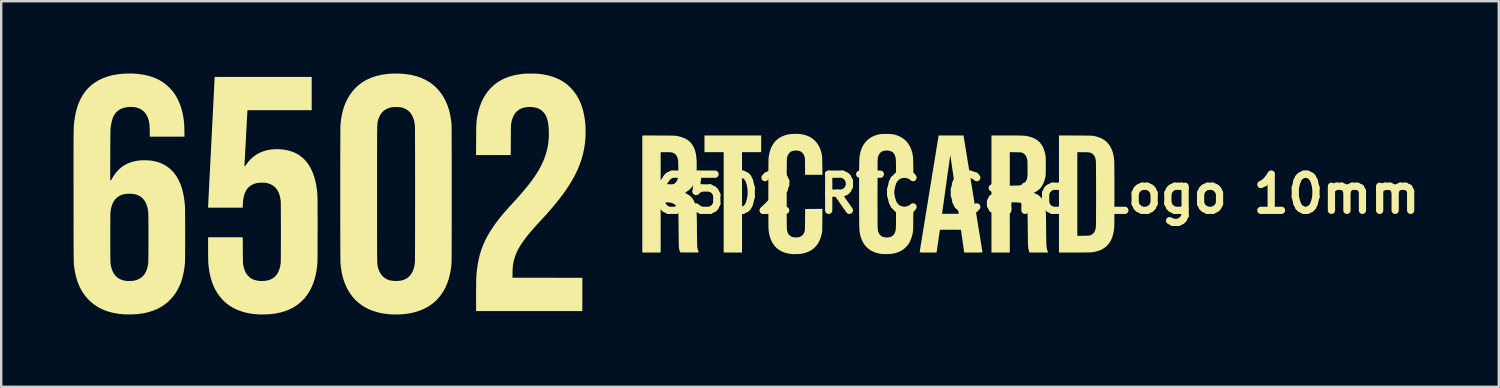
<source format=kicad_pcb>
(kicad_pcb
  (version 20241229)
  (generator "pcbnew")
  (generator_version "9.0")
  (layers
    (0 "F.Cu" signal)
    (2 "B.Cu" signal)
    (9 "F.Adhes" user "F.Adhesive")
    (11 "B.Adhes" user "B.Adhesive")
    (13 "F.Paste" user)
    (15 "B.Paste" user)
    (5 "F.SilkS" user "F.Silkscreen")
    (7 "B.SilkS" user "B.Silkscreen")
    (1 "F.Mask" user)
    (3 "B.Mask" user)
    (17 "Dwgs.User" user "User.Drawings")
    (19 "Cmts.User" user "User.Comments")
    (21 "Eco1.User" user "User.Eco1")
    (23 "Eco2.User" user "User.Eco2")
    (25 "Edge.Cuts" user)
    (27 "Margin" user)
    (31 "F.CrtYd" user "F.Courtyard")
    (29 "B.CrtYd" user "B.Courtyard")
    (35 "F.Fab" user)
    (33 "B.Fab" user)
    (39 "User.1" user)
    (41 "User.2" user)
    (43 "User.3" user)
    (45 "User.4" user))
  (footprint "6502 RTC Card Logo 10mm"
    (layer "F.Cu")
    (at 39.973 4.998)
    (property "Reference" "6502 RTC Card Logo 10mm" (at 0 0 0) (layer "F.SilkS") (effects (font (size 1.5 1.5) (thickness 0.3))))
    (attr board_only exclude_from_pos_files exclude_from_bom)
    (fp_poly (pts (xy -11.444 -2.081) (xy -11.444 -1.735) (xy -11.841 -1.735) (xy -12.239 -1.735) (xy -12.239 0.347) (xy -12.239 2.428) (xy -12.62 2.428) (xy -13 2.428) (xy -13 0.347) (xy -13 -1.735) (xy -13.398 -1.735) (xy -13.796 -1.735) (xy -13.796 -2.081) (xy -13.796 -2.428) (xy -12.62 -2.428) (xy -11.444 -2.428)) (stroke (width 0) (type solid)) (fill yes) (layer "F.SilkS"))
    (fp_poly (pts (xy 1.597 -2.426) (xy 1.723 -2.425) (xy 1.834 -2.425) (xy 1.93 -2.424) (xy 2.013 -2.423) (xy 2.083 -2.422) (xy 2.143 -2.421) (xy 2.193 -2.42) (xy 2.234 -2.419) (xy 2.267 -2.418) (xy 2.294 -2.416) (xy 2.317 -2.414) (xy 2.335 -2.412) (xy 2.351 -2.409) (xy 2.356 -2.408) (xy 2.489 -2.376) (xy 2.608 -2.336) (xy 2.713 -2.286) (xy 2.807 -2.227) (xy 2.89 -2.157) (xy 2.963 -2.077) (xy 2.978 -2.058) (xy 3.042 -1.961) (xy 3.096 -1.856) (xy 3.138 -1.742) (xy 3.17 -1.617) (xy 3.193 -1.479) (xy 3.202 -1.379) (xy 3.204 -1.355) (xy 3.205 -1.315) (xy 3.206 -1.26) (xy 3.207 -1.192) (xy 3.207 -1.112) (xy 3.208 -1.021) (xy 3.209 -0.92) (xy 3.209 -0.81) (xy 3.21 -0.693) (xy 3.21 -0.57) (xy 3.211 -0.441) (xy 3.211 -0.309) (xy 3.211 -0.174) (xy 3.211 -0.038) (xy 3.211 0.099) (xy 3.211 0.235) (xy 3.211 0.369) (xy 3.21 0.5) (xy 3.21 0.626) (xy 3.21 0.746) (xy 3.209 0.86) (xy 3.208 0.966) (xy 3.208 1.063) (xy 3.207 1.149) (xy 3.206 1.224) (xy 3.205 1.286) (xy 3.204 1.335) (xy 3.203 1.368) (xy 3.202 1.379) (xy 3.185 1.534) (xy 3.156 1.676) (xy 3.116 1.806) (xy 3.064 1.924) (xy 3.001 2.029) (xy 2.926 2.121) (xy 2.839 2.202) (xy 2.741 2.27) (xy 2.632 2.326) (xy 2.51 2.37) (xy 2.377 2.402) (xy 2.286 2.416) (xy 2.263 2.418) (xy 2.236 2.42) (xy 2.203 2.422) (xy 2.165 2.424) (xy 2.119 2.425) (xy 2.063 2.426) (xy 1.998 2.427) (xy 1.922 2.427) (xy 1.832 2.428) (xy 1.729 2.428) (xy 1.611 2.428) (xy 1.547 2.428) (xy 0.91 2.428) (xy 0.91 0.00047) (xy 1.671 0.00047) (xy 1.671 1.735) (xy 1.919 1.733) (xy 1.993 1.731) (xy 2.053 1.73) (xy 2.1 1.729) (xy 2.136 1.727) (xy 2.164 1.724) (xy 2.186 1.721) (xy 2.203 1.717) (xy 2.21 1.715) (xy 2.259 1.692) (xy 2.309 1.658) (xy 2.351 1.618) (xy 2.369 1.596) (xy 2.397 1.546) (xy 2.419 1.482) (xy 2.435 1.408) (xy 2.441 1.366) (xy 2.442 1.347) (xy 2.443 1.312) (xy 2.444 1.262) (xy 2.445 1.199) (xy 2.446 1.124) (xy 2.447 1.037) (xy 2.447 0.941) (xy 2.448 0.835) (xy 2.448 0.722) (xy 2.449 0.603) (xy 2.449 0.478) (xy 2.449 0.349) (xy 2.45 0.217) (xy 2.45 0.083) (xy 2.45 -0.052) (xy 2.45 -0.186) (xy 2.449 -0.319) (xy 2.449 -0.449) (xy 2.449 -0.575) (xy 2.448 -0.696) (xy 2.448 -0.81) (xy 2.447 -0.918) (xy 2.446 -1.016) (xy 2.446 -1.105) (xy 2.445 -1.184) (xy 2.444 -1.25) (xy 2.443 -1.303) (xy 2.442 -1.342) (xy 2.441 -1.365) (xy 2.44 -1.368) (xy 2.426 -1.454) (xy 2.405 -1.526) (xy 2.375 -1.586) (xy 2.336 -1.635) (xy 2.293 -1.671) (xy 2.266 -1.689) (xy 2.24 -1.702) (xy 2.212 -1.713) (xy 2.18 -1.721) (xy 2.141 -1.727) (xy 2.094 -1.731) (xy 2.036 -1.733) (xy 1.966 -1.734) (xy 1.902 -1.735) (xy 1.671 -1.735) (xy 1.671 0.00047) (xy 0.91 0.00047) (xy 0.91 -0.000456) (xy 0.91 -2.429)) (stroke (width 0) (type solid)) (fill yes) (layer "F.SilkS"))
    (fp_poly (pts (xy -9.945 -2.494) (xy -9.87 -2.49) (xy -9.809 -2.484) (xy -9.678 -2.46) (xy -9.561 -2.426) (xy -9.454 -2.382) (xy -9.356 -2.325) (xy -9.267 -2.257) (xy -9.196 -2.189) (xy -9.127 -2.108) (xy -9.068 -2.021) (xy -9.019 -1.926) (xy -8.978 -1.82) (xy -8.944 -1.701) (xy -8.933 -1.655) (xy -8.928 -1.63) (xy -8.924 -1.608) (xy -8.92 -1.586) (xy -8.917 -1.562) (xy -8.915 -1.535) (xy -8.913 -1.504) (xy -8.912 -1.465) (xy -8.91 -1.417) (xy -8.91 -1.358) (xy -8.909 -1.287) (xy -8.908 -1.201) (xy -8.907 -1.174) (xy -8.904 -0.795) (xy -9.264 -0.795) (xy -9.624 -0.795) (xy -9.624 -1.125) (xy -9.625 -1.215) (xy -9.625 -1.296) (xy -9.627 -1.365) (xy -9.628 -1.422) (xy -9.63 -1.465) (xy -9.632 -1.492) (xy -9.634 -1.499) (xy -9.657 -1.583) (xy -9.69 -1.652) (xy -9.733 -1.709) (xy -9.786 -1.751) (xy -9.85 -1.781) (xy -9.925 -1.799) (xy -9.999 -1.803) (xy -10.077 -1.799) (xy -10.143 -1.786) (xy -10.2 -1.763) (xy -10.249 -1.729) (xy -10.282 -1.697) (xy -10.322 -1.642) (xy -10.353 -1.573) (xy -10.373 -1.493) (xy -10.377 -1.468) (xy -10.378 -1.452) (xy -10.379 -1.419) (xy -10.38 -1.37) (xy -10.381 -1.306) (xy -10.382 -1.227) (xy -10.383 -1.134) (xy -10.384 -1.027) (xy -10.384 -0.906) (xy -10.385 -0.773) (xy -10.385 -0.627) (xy -10.385 -0.47) (xy -10.386 -0.301) (xy -10.386 -0.121) (xy -10.386 0.005) (xy -10.386 0.19) (xy -10.386 0.358) (xy -10.386 0.51) (xy -10.386 0.649) (xy -10.385 0.773) (xy -10.385 0.884) (xy -10.385 0.983) (xy -10.384 1.071) (xy -10.384 1.147) (xy -10.383 1.214) (xy -10.383 1.271) (xy -10.382 1.321) (xy -10.381 1.362) (xy -10.38 1.396) (xy -10.379 1.425) (xy -10.378 1.448) (xy -10.376 1.466) (xy -10.375 1.48) (xy -10.373 1.492) (xy -10.373 1.493) (xy -10.353 1.576) (xy -10.322 1.646) (xy -10.282 1.703) (xy -10.231 1.746) (xy -10.169 1.777) (xy -10.095 1.796) (xy -10.009 1.803) (xy -10 1.803) (xy -9.916 1.797) (xy -9.844 1.78) (xy -9.782 1.751) (xy -9.731 1.709) (xy -9.724 1.702) (xy -9.702 1.676) (xy -9.685 1.65) (xy -9.67 1.62) (xy -9.654 1.58) (xy -9.648 1.565) (xy -9.644 1.552) (xy -9.64 1.54) (xy -9.637 1.527) (xy -9.635 1.511) (xy -9.633 1.491) (xy -9.631 1.465) (xy -9.63 1.432) (xy -9.628 1.39) (xy -9.627 1.338) (xy -9.627 1.274) (xy -9.626 1.197) (xy -9.625 1.105) (xy -9.624 1.066) (xy -9.62 0.622) (xy -9.262 0.62) (xy -8.904 0.617) (xy -8.907 1.085) (xy -8.911 1.553) (xy -8.933 1.655) (xy -8.969 1.791) (xy -9.015 1.914) (xy -9.071 2.025) (xy -9.138 2.124) (xy -9.216 2.213) (xy -9.307 2.291) (xy -9.311 2.295) (xy -9.39 2.346) (xy -9.481 2.392) (xy -9.582 2.431) (xy -9.689 2.462) (xy -9.798 2.483) (xy -9.802 2.483) (xy -9.84 2.487) (xy -9.89 2.49) (xy -9.947 2.493) (xy -10.008 2.494) (xy -10.068 2.495) (xy -10.123 2.494) (xy -10.168 2.493) (xy -10.196 2.49) (xy -10.338 2.467) (xy -10.468 2.432) (xy -10.586 2.385) (xy -10.693 2.326) (xy -10.787 2.256) (xy -10.852 2.193) (xy -10.929 2.098) (xy -10.994 1.995) (xy -11.047 1.882) (xy -11.089 1.759) (xy -11.119 1.624) (xy -11.139 1.482) (xy -11.14 1.462) (xy -11.141 1.426) (xy -11.142 1.375) (xy -11.143 1.311) (xy -11.144 1.235) (xy -11.144 1.147) (xy -11.145 1.048) (xy -11.146 0.941) (xy -11.146 0.826) (xy -11.147 0.703) (xy -11.147 0.575) (xy -11.147 0.443) (xy -11.147 0.306) (xy -11.148 0.168) (xy -11.148 0.028) (xy -11.148 -0.113) (xy -11.147 -0.252) (xy -11.147 -0.39) (xy -11.147 -0.524) (xy -11.147 -0.654) (xy -11.146 -0.778) (xy -11.146 -0.897) (xy -11.145 -1.007) (xy -11.145 -1.109) (xy -11.144 -1.201) (xy -11.143 -1.283) (xy -11.142 -1.352) (xy -11.141 -1.408) (xy -11.14 -1.45) (xy -11.139 -1.476) (xy -11.139 -1.482) (xy -11.117 -1.634) (xy -11.084 -1.774) (xy -11.039 -1.902) (xy -10.982 -2.017) (xy -10.914 -2.121) (xy -10.834 -2.212) (xy -10.743 -2.291) (xy -10.64 -2.357) (xy -10.525 -2.411) (xy -10.399 -2.453) (xy -10.322 -2.471) (xy -10.262 -2.481) (xy -10.189 -2.488) (xy -10.109 -2.493) (xy -10.026 -2.495)) (stroke (width 0) (type solid)) (fill yes) (layer "F.SilkS"))
    (fp_poly (pts (xy -15.702 -2.426) (xy -15.576 -2.426) (xy -15.467 -2.425) (xy -15.372 -2.424) (xy -15.29 -2.424) (xy -15.221 -2.423) (xy -15.162 -2.422) (xy -15.113 -2.421) (xy -15.072 -2.419) (xy -15.038 -2.418) (xy -15.011 -2.416) (xy -14.988 -2.414) (xy -14.969 -2.412) (xy -14.952 -2.409) (xy -14.946 -2.409) (xy -14.811 -2.378) (xy -14.689 -2.339) (xy -14.58 -2.291) (xy -14.486 -2.235) (xy -14.406 -2.169) (xy -14.358 -2.118) (xy -14.306 -2.05) (xy -14.261 -1.977) (xy -14.223 -1.899) (xy -14.191 -1.814) (xy -14.165 -1.721) (xy -14.146 -1.619) (xy -14.132 -1.505) (xy -14.123 -1.38) (xy -14.119 -1.241) (xy -14.12 -1.087) (xy -14.12 -1.053) (xy -14.124 -0.942) (xy -14.13 -0.845) (xy -14.138 -0.76) (xy -14.149 -0.685) (xy -14.164 -0.616) (xy -14.182 -0.551) (xy -14.204 -0.489) (xy -14.211 -0.471) (xy -14.259 -0.373) (xy -14.321 -0.282) (xy -14.395 -0.202) (xy -14.478 -0.133) (xy -14.57 -0.078) (xy -14.585 -0.071) (xy -14.608 -0.058) (xy -14.615 -0.048) (xy -14.606 -0.039) (xy -14.593 -0.033) (xy -14.498 0.011) (xy -14.416 0.063) (xy -14.346 0.124) (xy -14.288 0.195) (xy -14.239 0.277) (xy -14.199 0.373) (xy -14.173 0.459) (xy -14.164 0.494) (xy -14.157 0.523) (xy -14.151 0.55) (xy -14.146 0.578) (xy -14.141 0.612) (xy -14.135 0.656) (xy -14.129 0.698) (xy -14.127 0.72) (xy -14.124 0.747) (xy -14.122 0.779) (xy -14.12 0.818) (xy -14.119 0.864) (xy -14.117 0.92) (xy -14.115 0.985) (xy -14.114 1.062) (xy -14.113 1.151) (xy -14.111 1.254) (xy -14.11 1.371) (xy -14.109 1.493) (xy -14.108 1.621) (xy -14.106 1.733) (xy -14.105 1.83) (xy -14.104 1.913) (xy -14.103 1.984) (xy -14.102 2.044) (xy -14.1 2.094) (xy -14.099 2.135) (xy -14.097 2.168) (xy -14.096 2.195) (xy -14.094 2.216) (xy -14.091 2.232) (xy -14.089 2.246) (xy -14.088 2.248) (xy -14.071 2.312) (xy -14.05 2.377) (xy -14.037 2.414) (xy -14.036 2.417) (xy -14.038 2.42) (xy -14.044 2.422) (xy -14.056 2.424) (xy -14.074 2.425) (xy -14.101 2.426) (xy -14.138 2.427) (xy -14.185 2.427) (xy -14.245 2.427) (xy -14.32 2.427) (xy -14.409 2.426) (xy -14.418 2.426) (xy -14.806 2.424) (xy -14.822 2.373) (xy -14.829 2.35) (xy -14.835 2.328) (xy -14.841 2.308) (xy -14.846 2.288) (xy -14.85 2.266) (xy -14.853 2.241) (xy -14.856 2.213) (xy -14.859 2.179) (xy -14.861 2.139) (xy -14.863 2.092) (xy -14.864 2.036) (xy -14.865 1.97) (xy -14.866 1.892) (xy -14.867 1.802) (xy -14.868 1.698) (xy -14.869 1.58) (xy -14.87 1.502) (xy -14.871 1.372) (xy -14.872 1.258) (xy -14.874 1.159) (xy -14.875 1.073) (xy -14.876 0.999) (xy -14.877 0.937) (xy -14.878 0.885) (xy -14.88 0.841) (xy -14.881 0.806) (xy -14.883 0.777) (xy -14.885 0.754) (xy -14.887 0.735) (xy -14.89 0.719) (xy -14.89 0.717) (xy -14.91 0.632) (xy -14.934 0.562) (xy -14.964 0.504) (xy -15.003 0.458) (xy -15.05 0.42) (xy -15.109 0.389) (xy -15.158 0.371) (xy -15.178 0.365) (xy -15.198 0.36) (xy -15.221 0.357) (xy -15.251 0.354) (xy -15.289 0.352) (xy -15.338 0.351) (xy -15.401 0.349) (xy -15.414 0.349) (xy -15.615 0.345) (xy -15.615 1.387) (xy -15.615 2.428) (xy -15.996 2.428) (xy -16.376 2.428) (xy -16.376 -0.000463) (xy -16.376 -1.04) (xy -15.615 -1.04) (xy -15.615 -0.345) (xy -15.414 -0.349) (xy -15.345 -0.351) (xy -15.29 -0.353) (xy -15.248 -0.355) (xy -15.215 -0.358) (xy -15.19 -0.362) (xy -15.17 -0.367) (xy -15.166 -0.368) (xy -15.09 -0.399) (xy -15.027 -0.44) (xy -14.976 -0.491) (xy -14.937 -0.555) (xy -14.908 -0.632) (xy -14.898 -0.668) (xy -14.894 -0.698) (xy -14.89 -0.742) (xy -14.887 -0.797) (xy -14.885 -0.862) (xy -14.883 -0.933) (xy -14.882 -1.008) (xy -14.882 -1.085) (xy -14.883 -1.161) (xy -14.885 -1.233) (xy -14.887 -1.298) (xy -14.89 -1.355) (xy -14.893 -1.401) (xy -14.898 -1.432) (xy -14.898 -1.433) (xy -14.921 -1.514) (xy -14.953 -1.582) (xy -14.994 -1.638) (xy -15.043 -1.679) (xy -15.064 -1.692) (xy -15.091 -1.704) (xy -15.118 -1.714) (xy -15.147 -1.722) (xy -15.181 -1.727) (xy -15.223 -1.731) (xy -15.275 -1.733) (xy -15.339 -1.734) (xy -15.405 -1.735) (xy -15.615 -1.735) (xy -15.615 -1.04) (xy -16.376 -1.04) (xy -16.376 -2.429)) (stroke (width 0) (type solid)) (fill yes) (layer "F.SilkS"))
    (fp_poly (pts (xy -3.047 -2.405) (xy -3.045 -2.394) (xy -3.04 -2.367) (xy -3.033 -2.325) (xy -3.024 -2.269) (xy -3.013 -2.199) (xy -2.999 -2.117) (xy -2.984 -2.023) (xy -2.967 -1.919) (xy -2.948 -1.804) (xy -2.928 -1.679) (xy -2.906 -1.546) (xy -2.883 -1.406) (xy -2.859 -1.258) (xy -2.834 -1.105) (xy -2.808 -0.946) (xy -2.782 -0.782) (xy -2.755 -0.615) (xy -2.727 -0.445) (xy -2.699 -0.273) (xy -2.671 -0.099) (xy -2.643 0.075) (xy -2.614 0.248) (xy -2.586 0.421) (xy -2.559 0.591) (xy -2.531 0.759) (xy -2.505 0.924) (xy -2.479 1.084) (xy -2.454 1.238) (xy -2.43 1.387) (xy -2.407 1.529) (xy -2.385 1.664) (xy -2.364 1.79) (xy -2.345 1.907) (xy -2.328 2.014) (xy -2.313 2.11) (xy -2.299 2.195) (xy -2.287 2.267) (xy -2.278 2.326) (xy -2.271 2.372) (xy -2.266 2.402) (xy -2.263 2.416) (xy -2.263 2.418) (xy -2.267 2.42) (xy -2.278 2.423) (xy -2.298 2.424) (xy -2.327 2.426) (xy -2.368 2.427) (xy -2.422 2.428) (xy -2.489 2.428) (xy -2.571 2.428) (xy -2.642 2.428) (xy -3.021 2.428) (xy -3.089 1.957) (xy -3.157 1.485) (xy -3.594 1.483) (xy -3.701 1.482) (xy -3.794 1.482) (xy -3.872 1.483) (xy -3.935 1.483) (xy -3.983 1.485) (xy -4.015 1.486) (xy -4.03 1.488) (xy -4.032 1.489) (xy -4.033 1.499) (xy -4.036 1.523) (xy -4.042 1.562) (xy -4.049 1.613) (xy -4.058 1.674) (xy -4.068 1.744) (xy -4.079 1.822) (xy -4.091 1.906) (xy -4.099 1.96) (xy -4.112 2.047) (xy -4.124 2.128) (xy -4.135 2.203) (xy -4.144 2.269) (xy -4.153 2.326) (xy -4.159 2.371) (xy -4.164 2.404) (xy -4.167 2.422) (xy -4.167 2.426) (xy -4.175 2.426) (xy -4.199 2.427) (xy -4.235 2.427) (xy -4.284 2.428) (xy -4.342 2.428) (xy -4.408 2.428) (xy -4.481 2.428) (xy -4.518 2.428) (xy -4.606 2.428) (xy -4.678 2.428) (xy -4.736 2.428) (xy -4.782 2.427) (xy -4.816 2.426) (xy -4.841 2.424) (xy -4.857 2.422) (xy -4.866 2.42) (xy -4.869 2.417) (xy -4.869 2.416) (xy -4.868 2.405) (xy -4.864 2.379) (xy -4.858 2.342) (xy -4.851 2.294) (xy -4.842 2.238) (xy -4.832 2.177) (xy -4.831 2.169) (xy -4.826 2.14) (xy -4.819 2.094) (xy -4.809 2.034) (xy -4.797 1.959) (xy -4.782 1.871) (xy -4.766 1.771) (xy -4.748 1.658) (xy -4.728 1.534) (xy -4.706 1.4) (xy -4.682 1.256) (xy -4.658 1.104) (xy -4.632 0.944) (xy -4.612 0.821) (xy -3.94 0.821) (xy -3.597 0.821) (xy -3.253 0.821) (xy -3.254 0.802) (xy -3.255 0.79) (xy -3.258 0.762) (xy -3.264 0.72) (xy -3.271 0.665) (xy -3.281 0.599) (xy -3.291 0.521) (xy -3.303 0.434) (xy -3.317 0.339) (xy -3.331 0.236) (xy -3.347 0.127) (xy -3.363 0.013) (xy -3.38 -0.105) (xy -3.397 -0.225) (xy -3.414 -0.347) (xy -3.432 -0.47) (xy -3.449 -0.591) (xy -3.466 -0.711) (xy -3.483 -0.828) (xy -3.499 -0.94) (xy -3.515 -1.047) (xy -3.53 -1.148) (xy -3.543 -1.241) (xy -3.555 -1.325) (xy -3.566 -1.399) (xy -3.576 -1.462) (xy -3.583 -1.512) (xy -3.589 -1.549) (xy -3.593 -1.572) (xy -3.594 -1.579) (xy -3.603 -1.582) (xy -3.603 -1.582) (xy -3.605 -1.573) (xy -3.609 -1.548) (xy -3.614 -1.509) (xy -3.622 -1.456) (xy -3.632 -1.39) (xy -3.643 -1.312) (xy -3.655 -1.222) (xy -3.669 -1.123) (xy -3.684 -1.015) (xy -3.701 -0.898) (xy -3.718 -0.774) (xy -3.736 -0.644) (xy -3.755 -0.508) (xy -3.769 -0.406) (xy -3.788 -0.267) (xy -3.807 -0.132) (xy -3.825 -0.002) (xy -3.842 0.121) (xy -3.858 0.237) (xy -3.873 0.345) (xy -3.887 0.444) (xy -3.899 0.532) (xy -3.91 0.609) (xy -3.919 0.674) (xy -3.926 0.726) (xy -3.931 0.764) (xy -3.935 0.787) (xy -3.936 0.793) (xy -3.94 0.821) (xy -4.612 0.821) (xy -4.604 0.777) (xy -4.576 0.603) (xy -4.547 0.424) (xy -4.517 0.24) (xy -4.487 0.053) (xy -4.456 -0.138) (xy -4.442 -0.224) (xy -4.411 -0.413) (xy -4.381 -0.598) (xy -4.352 -0.778) (xy -4.323 -0.952) (xy -4.296 -1.12) (xy -4.27 -1.28) (xy -4.245 -1.433) (xy -4.221 -1.578) (xy -4.199 -1.713) (xy -4.179 -1.838) (xy -4.16 -1.953) (xy -4.143 -2.056) (xy -4.128 -2.148) (xy -4.115 -2.227) (xy -4.105 -2.292) (xy -4.096 -2.343) (xy -4.09 -2.379) (xy -4.087 -2.4) (xy -4.086 -2.405) (xy -4.081 -2.428) (xy -3.566 -2.428) (xy -3.052 -2.428)) (stroke (width 0) (type solid)) (fill yes) (layer "F.SilkS"))
    (fp_poly (pts (xy -1.131 -2.428) (xy -1.015 -2.428) (xy -0.913 -2.428) (xy -0.824 -2.427) (xy -0.746 -2.426) (xy -0.679 -2.424) (xy -0.621 -2.422) (xy -0.57 -2.419) (xy -0.525 -2.416) (xy -0.486 -2.412) (xy -0.45 -2.407) (xy -0.416 -2.401) (xy -0.383 -2.394) (xy -0.35 -2.387) (xy -0.329 -2.382) (xy -0.207 -2.345) (xy -0.098 -2.298) (xy -0.002 -2.24) (xy 0.083 -2.17) (xy 0.156 -2.089) (xy 0.219 -1.996) (xy 0.27 -1.89) (xy 0.312 -1.771) (xy 0.344 -1.638) (xy 0.345 -1.634) (xy 0.35 -1.609) (xy 0.353 -1.586) (xy 0.356 -1.562) (xy 0.359 -1.536) (xy 0.361 -1.506) (xy 0.362 -1.47) (xy 0.363 -1.426) (xy 0.363 -1.371) (xy 0.364 -1.305) (xy 0.364 -1.225) (xy 0.364 -1.168) (xy 0.364 -1.076) (xy 0.363 -1) (xy 0.363 -0.937) (xy 0.362 -0.885) (xy 0.361 -0.842) (xy 0.359 -0.808) (xy 0.357 -0.779) (xy 0.354 -0.754) (xy 0.351 -0.731) (xy 0.348 -0.715) (xy 0.318 -0.587) (xy 0.278 -0.471) (xy 0.228 -0.368) (xy 0.168 -0.278) (xy 0.099 -0.201) (xy 0.098 -0.201) (xy 0.061 -0.169) (xy 0.017 -0.137) (xy -0.03 -0.106) (xy -0.073 -0.082) (xy -0.096 -0.071) (xy -0.117 -0.061) (xy -0.128 -0.052) (xy -0.129 -0.049) (xy -0.12 -0.042) (xy -0.1 -0.032) (xy -0.072 -0.02) (xy -0.067 -0.018) (xy 0.021 0.025) (xy 0.101 0.082) (xy 0.17 0.15) (xy 0.207 0.199) (xy 0.236 0.247) (xy 0.264 0.308) (xy 0.291 0.376) (xy 0.314 0.448) (xy 0.321 0.472) (xy 0.329 0.504) (xy 0.336 0.535) (xy 0.343 0.564) (xy 0.348 0.595) (xy 0.353 0.627) (xy 0.357 0.663) (xy 0.361 0.703) (xy 0.364 0.748) (xy 0.366 0.801) (xy 0.368 0.862) (xy 0.37 0.933) (xy 0.372 1.015) (xy 0.373 1.109) (xy 0.374 1.216) (xy 0.376 1.338) (xy 0.377 1.434) (xy 0.378 1.568) (xy 0.379 1.686) (xy 0.381 1.79) (xy 0.382 1.88) (xy 0.384 1.959) (xy 0.386 2.026) (xy 0.388 2.084) (xy 0.391 2.134) (xy 0.394 2.176) (xy 0.398 2.213) (xy 0.403 2.244) (xy 0.408 2.272) (xy 0.415 2.298) (xy 0.422 2.323) (xy 0.43 2.348) (xy 0.439 2.373) (xy 0.459 2.428) (xy 0.072 2.428) (xy -0.315 2.428) (xy -0.334 2.363) (xy -0.341 2.338) (xy -0.348 2.314) (xy -0.354 2.291) (xy -0.359 2.266) (xy -0.363 2.24) (xy -0.366 2.209) (xy -0.37 2.174) (xy -0.372 2.134) (xy -0.375 2.086) (xy -0.376 2.03) (xy -0.378 1.964) (xy -0.379 1.887) (xy -0.381 1.799) (xy -0.382 1.697) (xy -0.383 1.581) (xy -0.385 1.449) (xy -0.385 1.447) (xy -0.386 1.317) (xy -0.387 1.204) (xy -0.388 1.105) (xy -0.389 1.019) (xy -0.391 0.945) (xy -0.392 0.882) (xy -0.394 0.829) (xy -0.396 0.784) (xy -0.398 0.747) (xy -0.401 0.716) (xy -0.405 0.69) (xy -0.409 0.667) (xy -0.413 0.647) (xy -0.419 0.629) (xy -0.425 0.61) (xy -0.432 0.59) (xy -0.436 0.581) (xy -0.456 0.538) (xy -0.484 0.493) (xy -0.516 0.454) (xy -0.532 0.438) (xy -0.562 0.417) (xy -0.604 0.396) (xy -0.651 0.378) (xy -0.699 0.364) (xy -0.721 0.359) (xy -0.759 0.354) (xy -0.812 0.351) (xy -0.877 0.348) (xy -0.952 0.347) (xy -0.958 0.347) (xy -1.13 0.347) (xy -1.13 1.388) (xy -1.13 2.428) (xy -1.51 2.428) (xy -1.891 2.428) (xy -1.891 0) (xy -1.891 -1.04) (xy -1.13 -1.04) (xy -1.13 -0.345) (xy -0.924 -0.349) (xy -0.857 -0.35) (xy -0.805 -0.352) (xy -0.764 -0.354) (xy -0.732 -0.356) (xy -0.707 -0.36) (xy -0.687 -0.364) (xy -0.668 -0.37) (xy -0.667 -0.37) (xy -0.592 -0.402) (xy -0.531 -0.444) (xy -0.481 -0.498) (xy -0.444 -0.561) (xy -0.432 -0.589) (xy -0.422 -0.617) (xy -0.413 -0.646) (xy -0.407 -0.678) (xy -0.402 -0.715) (xy -0.398 -0.759) (xy -0.396 -0.812) (xy -0.394 -0.877) (xy -0.394 -0.954) (xy -0.394 -1.046) (xy -0.394 -1.051) (xy -0.394 -1.134) (xy -0.394 -1.203) (xy -0.395 -1.258) (xy -0.396 -1.303) (xy -0.397 -1.34) (xy -0.4 -1.369) (xy -0.403 -1.395) (xy -0.406 -1.418) (xy -0.409 -1.434) (xy -0.433 -1.518) (xy -0.467 -1.588) (xy -0.512 -1.644) (xy -0.566 -1.688) (xy -0.612 -1.711) (xy -0.627 -1.716) (xy -0.642 -1.721) (xy -0.659 -1.724) (xy -0.681 -1.727) (xy -0.709 -1.729) (xy -0.747 -1.73) (xy -0.796 -1.731) (xy -0.858 -1.732) (xy -0.895 -1.733) (xy -1.13 -1.736) (xy -1.13 -1.04) (xy -1.891 -1.04) (xy -1.891 -2.428) (xy -1.263 -2.428)) (stroke (width 0) (type solid)) (fill yes) (layer "F.SilkS"))
    (fp_poly (pts (xy -20.916 -4.995) (xy -20.841 -4.993) (xy -20.772 -4.991) (xy -20.714 -4.988) (xy -20.675 -4.985) (xy -20.474 -4.958) (xy -20.287 -4.92) (xy -20.111 -4.87) (xy -19.947 -4.81) (xy -19.793 -4.738) (xy -19.65 -4.654) (xy -19.515 -4.558) (xy -19.494 -4.541) (xy -19.463 -4.515) (xy -19.425 -4.48) (xy -19.384 -4.441) (xy -19.344 -4.401) (xy -19.333 -4.39) (xy -19.218 -4.259) (xy -19.115 -4.116) (xy -19.024 -3.961) (xy -18.945 -3.794) (xy -18.878 -3.616) (xy -18.823 -3.426) (xy -18.781 -3.223) (xy -18.75 -3.009) (xy -18.737 -2.877) (xy -18.733 -2.808) (xy -18.73 -2.727) (xy -18.729 -2.638) (xy -18.729 -2.546) (xy -18.73 -2.454) (xy -18.733 -2.368) (xy -18.737 -2.29) (xy -18.741 -2.234) (xy -18.765 -2.027) (xy -18.8 -1.824) (xy -18.846 -1.623) (xy -18.903 -1.424) (xy -18.972 -1.227) (xy -19.052 -1.029) (xy -19.146 -0.831) (xy -19.252 -0.631) (xy -19.371 -0.429) (xy -19.504 -0.223) (xy -19.651 -0.014) (xy -19.813 0.201) (xy -19.99 0.421) (xy -20.041 0.482) (xy -20.106 0.56) (xy -20.17 0.635) (xy -20.235 0.71) (xy -20.303 0.786) (xy -20.375 0.867) (xy -20.454 0.954) (xy -20.542 1.049) (xy -20.59 1.101) (xy -20.732 1.256) (xy -20.862 1.4) (xy -20.98 1.536) (xy -21.087 1.663) (xy -21.183 1.783) (xy -21.27 1.897) (xy -21.347 2.005) (xy -21.416 2.108) (xy -21.477 2.208) (xy -21.531 2.305) (xy -21.577 2.401) (xy -21.618 2.495) (xy -21.653 2.589) (xy -21.683 2.684) (xy -21.702 2.754) (xy -21.723 2.845) (xy -21.739 2.936) (xy -21.75 3.029) (xy -21.757 3.131) (xy -21.76 3.244) (xy -21.761 3.274) (xy -21.762 3.473) (xy -20.313 3.475) (xy -18.864 3.478) (xy -18.864 4.167) (xy -18.864 4.857) (xy -21.068 4.857) (xy -23.272 4.857) (xy -23.272 4.21) (xy -23.272 4.103) (xy -23.272 3.998) (xy -23.271 3.897) (xy -23.27 3.801) (xy -23.269 3.712) (xy -23.268 3.632) (xy -23.267 3.562) (xy -23.266 3.505) (xy -23.265 3.461) (xy -23.263 3.434) (xy -23.242 3.189) (xy -23.211 2.956) (xy -23.17 2.734) (xy -23.118 2.521) (xy -23.055 2.315) (xy -22.979 2.115) (xy -22.891 1.918) (xy -22.789 1.723) (xy -22.672 1.528) (xy -22.541 1.33) (xy -22.43 1.176) (xy -22.363 1.088) (xy -22.296 1.001) (xy -22.226 0.915) (xy -22.152 0.826) (xy -22.073 0.734) (xy -21.987 0.636) (xy -21.892 0.531) (xy -21.786 0.416) (xy -21.762 0.389) (xy -21.594 0.205) (xy -21.439 0.031) (xy -21.296 -0.136) (xy -21.165 -0.294) (xy -21.046 -0.445) (xy -20.937 -0.591) (xy -20.838 -0.731) (xy -20.749 -0.867) (xy -20.669 -0.999) (xy -20.598 -1.128) (xy -20.534 -1.255) (xy -20.478 -1.381) (xy -20.429 -1.507) (xy -20.393 -1.612) (xy -20.343 -1.78) (xy -20.304 -1.944) (xy -20.277 -2.106) (xy -20.26 -2.272) (xy -20.253 -2.445) (xy -20.254 -2.589) (xy -20.26 -2.724) (xy -20.27 -2.844) (xy -20.285 -2.951) (xy -20.305 -3.048) (xy -20.33 -3.135) (xy -20.361 -3.214) (xy -20.393 -3.279) (xy -20.436 -3.344) (xy -20.491 -3.407) (xy -20.555 -3.464) (xy -20.623 -3.512) (xy -20.692 -3.548) (xy -20.706 -3.554) (xy -20.81 -3.585) (xy -20.919 -3.604) (xy -21.032 -3.612) (xy -21.143 -3.607) (xy -21.252 -3.591) (xy -21.353 -3.564) (xy -21.43 -3.532) (xy -21.514 -3.482) (xy -21.588 -3.421) (xy -21.653 -3.348) (xy -21.707 -3.261) (xy -21.753 -3.162) (xy -21.789 -3.048) (xy -21.81 -2.959) (xy -21.814 -2.942) (xy -21.816 -2.925) (xy -21.819 -2.906) (xy -21.821 -2.885) (xy -21.823 -2.86) (xy -21.824 -2.83) (xy -21.826 -2.794) (xy -21.827 -2.749) (xy -21.828 -2.695) (xy -21.828 -2.631) (xy -21.829 -2.556) (xy -21.83 -2.467) (xy -21.831 -2.364) (xy -21.831 -2.245) (xy -21.831 -2.244) (xy -21.835 -1.616) (xy -22.554 -1.616) (xy -23.273 -1.616) (xy -23.27 -2.257) (xy -23.269 -2.384) (xy -23.268 -2.495) (xy -23.268 -2.593) (xy -23.267 -2.677) (xy -23.265 -2.751) (xy -23.264 -2.816) (xy -23.262 -2.873) (xy -23.259 -2.923) (xy -23.256 -2.968) (xy -23.252 -3.01) (xy -23.248 -3.049) (xy -23.243 -3.088) (xy -23.237 -3.129) (xy -23.23 -3.171) (xy -23.222 -3.218) (xy -23.221 -3.224) (xy -23.178 -3.424) (xy -23.124 -3.613) (xy -23.057 -3.791) (xy -22.978 -3.958) (xy -22.887 -4.113) (xy -22.785 -4.257) (xy -22.67 -4.389) (xy -22.545 -4.508) (xy -22.408 -4.616) (xy -22.358 -4.65) (xy -22.217 -4.733) (xy -22.065 -4.806) (xy -21.902 -4.867) (xy -21.727 -4.917) (xy -21.54 -4.955) (xy -21.34 -4.984) (xy -21.326 -4.985) (xy -21.28 -4.989) (xy -21.221 -4.992) (xy -21.151 -4.994) (xy -21.075 -4.995) (xy -20.995 -4.995)) (stroke (width 0) (type solid)) (fill yes) (layer "F.SilkS"))
    (fp_poly (pts (xy -6.161 -2.491) (xy -6.083 -2.487) (xy -6.014 -2.481) (xy -5.952 -2.471) (xy -5.893 -2.458) (xy -5.833 -2.441) (xy -5.81 -2.433) (xy -5.691 -2.384) (xy -5.582 -2.322) (xy -5.485 -2.248) (xy -5.399 -2.161) (xy -5.325 -2.062) (xy -5.263 -1.951) (xy -5.212 -1.83) (xy -5.183 -1.73) (xy -5.172 -1.688) (xy -5.164 -1.648) (xy -5.156 -1.608) (xy -5.151 -1.567) (xy -5.146 -1.523) (xy -5.142 -1.473) (xy -5.139 -1.414) (xy -5.137 -1.346) (xy -5.136 -1.266) (xy -5.134 -1.171) (xy -5.134 -1.144) (xy -5.13 -0.795) (xy -5.49 -0.795) (xy -5.851 -0.795) (xy -5.851 -1.085) (xy -5.851 -1.157) (xy -5.852 -1.228) (xy -5.853 -1.293) (xy -5.854 -1.351) (xy -5.856 -1.4) (xy -5.858 -1.435) (xy -5.859 -1.449) (xy -5.875 -1.539) (xy -5.901 -1.615) (xy -5.937 -1.678) (xy -5.984 -1.728) (xy -6.041 -1.765) (xy -6.109 -1.789) (xy -6.189 -1.801) (xy -6.233 -1.803) (xy -6.318 -1.798) (xy -6.391 -1.781) (xy -6.453 -1.752) (xy -6.505 -1.711) (xy -6.546 -1.656) (xy -6.58 -1.586) (xy -6.602 -1.516) (xy -6.604 -1.508) (xy -6.606 -1.498) (xy -6.607 -1.486) (xy -6.608 -1.471) (xy -6.61 -1.451) (xy -6.611 -1.427) (xy -6.612 -1.398) (xy -6.613 -1.362) (xy -6.613 -1.319) (xy -6.614 -1.269) (xy -6.615 -1.21) (xy -6.615 -1.141) (xy -6.615 -1.063) (xy -6.616 -0.973) (xy -6.616 -0.872) (xy -6.616 -0.759) (xy -6.616 -0.632) (xy -6.616 -0.491) (xy -6.616 -0.336) (xy -6.617 -0.165) (xy -6.617 -0.008) (xy -6.617 0.18) (xy -6.617 0.351) (xy -6.617 0.508) (xy -6.616 0.65) (xy -6.616 0.778) (xy -6.616 0.893) (xy -6.616 0.996) (xy -6.615 1.087) (xy -6.615 1.168) (xy -6.614 1.238) (xy -6.613 1.3) (xy -6.611 1.353) (xy -6.61 1.398) (xy -6.608 1.437) (xy -6.605 1.469) (xy -6.603 1.497) (xy -6.6 1.519) (xy -6.597 1.538) (xy -6.593 1.554) (xy -6.589 1.568) (xy -6.584 1.581) (xy -6.579 1.592) (xy -6.573 1.604) (xy -6.567 1.617) (xy -6.565 1.622) (xy -6.527 1.684) (xy -6.478 1.733) (xy -6.418 1.769) (xy -6.348 1.793) (xy -6.267 1.803) (xy -6.177 1.801) (xy -6.109 1.79) (xy -6.052 1.77) (xy -6.002 1.74) (xy -5.965 1.706) (xy -5.935 1.674) (xy -5.915 1.646) (xy -5.899 1.613) (xy -5.891 1.591) (xy -5.882 1.564) (xy -5.874 1.537) (xy -5.868 1.508) (xy -5.863 1.475) (xy -5.859 1.436) (xy -5.856 1.39) (xy -5.854 1.335) (xy -5.852 1.269) (xy -5.851 1.192) (xy -5.851 1.1) (xy -5.851 1.001) (xy -5.851 0.618) (xy -5.49 0.618) (xy -5.13 0.618) (xy -5.134 1.056) (xy -5.135 1.162) (xy -5.136 1.254) (xy -5.137 1.332) (xy -5.139 1.398) (xy -5.141 1.455) (xy -5.144 1.504) (xy -5.148 1.546) (xy -5.152 1.584) (xy -5.158 1.619) (xy -5.165 1.654) (xy -5.173 1.689) (xy -5.182 1.727) (xy -5.183 1.73) (xy -5.224 1.861) (xy -5.277 1.981) (xy -5.342 2.088) (xy -5.419 2.184) (xy -5.507 2.267) (xy -5.607 2.338) (xy -5.719 2.396) (xy -5.842 2.442) (xy -5.957 2.471) (xy -6.006 2.479) (xy -6.068 2.485) (xy -6.139 2.49) (xy -6.214 2.493) (xy -6.289 2.493) (xy -6.361 2.492) (xy -6.426 2.489) (xy -6.478 2.484) (xy -6.484 2.483) (xy -6.622 2.455) (xy -6.749 2.414) (xy -6.864 2.361) (xy -6.968 2.295) (xy -7.06 2.216) (xy -7.141 2.125) (xy -7.211 2.022) (xy -7.269 1.907) (xy -7.315 1.78) (xy -7.349 1.64) (xy -7.352 1.624) (xy -7.356 1.602) (xy -7.359 1.577) (xy -7.363 1.55) (xy -7.365 1.519) (xy -7.368 1.485) (xy -7.37 1.445) (xy -7.372 1.399) (xy -7.374 1.346) (xy -7.376 1.286) (xy -7.377 1.218) (xy -7.378 1.14) (xy -7.379 1.053) (xy -7.38 0.955) (xy -7.381 0.845) (xy -7.381 0.722) (xy -7.382 0.587) (xy -7.382 0.437) (xy -7.382 0.272) (xy -7.382 0.092) (xy -7.382 0) (xy -7.382 -0.188) (xy -7.382 -0.36) (xy -7.382 -0.517) (xy -7.381 -0.659) (xy -7.381 -0.788) (xy -7.38 -0.904) (xy -7.38 -1.007) (xy -7.379 -1.1) (xy -7.378 -1.182) (xy -7.377 -1.255) (xy -7.375 -1.319) (xy -7.373 -1.375) (xy -7.371 -1.424) (xy -7.369 -1.466) (xy -7.367 -1.503) (xy -7.364 -1.536) (xy -7.361 -1.564) (xy -7.357 -1.59) (xy -7.354 -1.613) (xy -7.352 -1.624) (xy -7.319 -1.765) (xy -7.274 -1.894) (xy -7.217 -2.011) (xy -7.149 -2.115) (xy -7.069 -2.208) (xy -6.978 -2.288) (xy -6.876 -2.355) (xy -6.762 -2.41) (xy -6.667 -2.444) (xy -6.612 -2.459) (xy -6.56 -2.471) (xy -6.508 -2.48) (xy -6.451 -2.486) (xy -6.388 -2.49) (xy -6.313 -2.491) (xy -6.253 -2.492)) (stroke (width 0) (type solid)) (fill yes) (layer "F.SilkS"))
    (fp_poly (pts (xy -30.092 -4.167) (xy -30.092 -3.477) (xy -31.423 -3.477) (xy -32.755 -3.477) (xy -32.761 -3.408) (xy -32.762 -3.39) (xy -32.764 -3.357) (xy -32.766 -3.31) (xy -32.77 -3.248) (xy -32.774 -3.175) (xy -32.779 -3.09) (xy -32.784 -2.994) (xy -32.789 -2.89) (xy -32.795 -2.778) (xy -32.802 -2.659) (xy -32.808 -2.534) (xy -32.815 -2.405) (xy -32.82 -2.31) (xy -32.827 -2.178) (xy -32.834 -2.05) (xy -32.841 -1.927) (xy -32.847 -1.81) (xy -32.853 -1.701) (xy -32.858 -1.599) (xy -32.863 -1.507) (xy -32.868 -1.425) (xy -32.872 -1.356) (xy -32.875 -1.298) (xy -32.877 -1.255) (xy -32.879 -1.227) (xy -32.88 -1.216) (xy -32.882 -1.183) (xy -32.882 -1.164) (xy -32.879 -1.154) (xy -32.873 -1.151) (xy -32.87 -1.151) (xy -32.857 -1.158) (xy -32.838 -1.18) (xy -32.813 -1.213) (xy -32.808 -1.221) (xy -32.714 -1.347) (xy -32.609 -1.459) (xy -32.495 -1.558) (xy -32.372 -1.644) (xy -32.239 -1.715) (xy -32.097 -1.772) (xy -31.947 -1.816) (xy -31.79 -1.844) (xy -31.624 -1.859) (xy -31.459 -1.858) (xy -31.287 -1.845) (xy -31.125 -1.819) (xy -30.975 -1.78) (xy -30.833 -1.729) (xy -30.701 -1.665) (xy -30.602 -1.605) (xy -30.486 -1.518) (xy -30.379 -1.416) (xy -30.281 -1.301) (xy -30.193 -1.173) (xy -30.114 -1.031) (xy -30.045 -0.877) (xy -29.986 -0.711) (xy -29.938 -0.533) (xy -29.899 -0.343) (xy -29.888 -0.273) (xy -29.883 -0.236) (xy -29.878 -0.202) (xy -29.874 -0.169) (xy -29.87 -0.136) (xy -29.866 -0.102) (xy -29.863 -0.067) (xy -29.86 -0.03) (xy -29.858 0.011) (xy -29.855 0.055) (xy -29.854 0.105) (xy -29.852 0.161) (xy -29.851 0.224) (xy -29.85 0.295) (xy -29.849 0.374) (xy -29.848 0.463) (xy -29.847 0.563) (xy -29.847 0.674) (xy -29.847 0.797) (xy -29.847 0.934) (xy -29.846 1.085) (xy -29.846 1.251) (xy -29.846 1.433) (xy -29.846 1.443) (xy -29.846 1.637) (xy -29.847 1.818) (xy -29.847 1.987) (xy -29.847 2.142) (xy -29.848 2.284) (xy -29.848 2.412) (xy -29.849 2.525) (xy -29.85 2.624) (xy -29.851 2.708) (xy -29.852 2.776) (xy -29.853 2.828) (xy -29.854 2.863) (xy -29.855 2.877) (xy -29.879 3.097) (xy -29.914 3.306) (xy -29.962 3.503) (xy -30.022 3.689) (xy -30.094 3.863) (xy -30.177 4.025) (xy -30.273 4.176) (xy -30.38 4.314) (xy -30.499 4.441) (xy -30.63 4.555) (xy -30.76 4.65) (xy -30.903 4.734) (xy -31.058 4.807) (xy -31.224 4.869) (xy -31.402 4.919) (xy -31.59 4.958) (xy -31.78 4.983) (xy -31.813 4.986) (xy -31.858 4.989) (xy -31.913 4.991) (xy -31.974 4.993) (xy -32.038 4.995) (xy -32.102 4.996) (xy -32.162 4.997) (xy -32.217 4.997) (xy -32.261 4.997) (xy -32.293 4.996) (xy -32.3 4.996) (xy -32.377 4.989) (xy -32.44 4.983) (xy -32.492 4.978) (xy -32.536 4.973) (xy -32.573 4.969) (xy -32.608 4.964) (xy -32.643 4.958) (xy -32.651 4.957) (xy -32.842 4.918) (xy -33.023 4.865) (xy -33.194 4.8) (xy -33.353 4.722) (xy -33.502 4.632) (xy -33.624 4.541) (xy -33.655 4.515) (xy -33.694 4.48) (xy -33.735 4.441) (xy -33.775 4.401) (xy -33.785 4.39) (xy -33.899 4.26) (xy -34.001 4.119) (xy -34.092 3.967) (xy -34.17 3.803) (xy -34.237 3.627) (xy -34.291 3.439) (xy -34.335 3.24) (xy -34.366 3.028) (xy -34.381 2.873) (xy -34.383 2.844) (xy -34.384 2.8) (xy -34.386 2.743) (xy -34.387 2.675) (xy -34.388 2.598) (xy -34.389 2.514) (xy -34.389 2.425) (xy -34.39 2.333) (xy -34.39 2.279) (xy -34.39 1.794) (xy -33.671 1.794) (xy -32.953 1.794) (xy -32.949 2.333) (xy -32.949 2.445) (xy -32.948 2.541) (xy -32.947 2.623) (xy -32.946 2.692) (xy -32.945 2.75) (xy -32.944 2.798) (xy -32.943 2.837) (xy -32.941 2.87) (xy -32.939 2.896) (xy -32.936 2.919) (xy -32.934 2.938) (xy -32.931 2.953) (xy -32.914 3.028) (xy -32.892 3.104) (xy -32.866 3.178) (xy -32.839 3.243) (xy -32.822 3.274) (xy -32.793 3.319) (xy -32.754 3.367) (xy -32.709 3.415) (xy -32.662 3.459) (xy -32.617 3.495) (xy -32.594 3.51) (xy -32.512 3.55) (xy -32.419 3.58) (xy -32.318 3.6) (xy -32.212 3.61) (xy -32.104 3.61) (xy -31.997 3.6) (xy -31.894 3.578) (xy -31.858 3.568) (xy -31.762 3.529) (xy -31.676 3.477) (xy -31.6 3.411) (xy -31.535 3.333) (xy -31.48 3.241) (xy -31.436 3.136) (xy -31.403 3.019) (xy -31.381 2.889) (xy -31.378 2.867) (xy -31.377 2.847) (xy -31.376 2.811) (xy -31.375 2.762) (xy -31.374 2.698) (xy -31.373 2.623) (xy -31.372 2.537) (xy -31.372 2.441) (xy -31.371 2.336) (xy -31.371 2.224) (xy -31.37 2.106) (xy -31.37 1.983) (xy -31.369 1.856) (xy -31.369 1.727) (xy -31.369 1.596) (xy -31.369 1.465) (xy -31.369 1.335) (xy -31.37 1.208) (xy -31.37 1.084) (xy -31.37 0.964) (xy -31.371 0.85) (xy -31.371 0.744) (xy -31.372 0.645) (xy -31.373 0.556) (xy -31.373 0.477) (xy -31.374 0.411) (xy -31.375 0.357) (xy -31.376 0.317) (xy -31.377 0.293) (xy -31.378 0.29) (xy -31.398 0.155) (xy -31.428 0.035) (xy -31.469 -0.073) (xy -31.52 -0.168) (xy -31.582 -0.249) (xy -31.654 -0.318) (xy -31.738 -0.375) (xy -31.833 -0.419) (xy -31.938 -0.451) (xy -31.953 -0.454) (xy -32.011 -0.463) (xy -32.081 -0.468) (xy -32.157 -0.47) (xy -32.233 -0.468) (xy -32.306 -0.463) (xy -32.369 -0.453) (xy -32.385 -0.45) (xy -32.489 -0.418) (xy -32.583 -0.374) (xy -32.666 -0.318) (xy -32.738 -0.248) (xy -32.8 -0.166) (xy -32.851 -0.071) (xy -32.891 0.037) (xy -32.921 0.159) (xy -32.94 0.293) (xy -32.949 0.421) (xy -32.954 0.567) (xy -33.672 0.567) (xy -34.39 0.567) (xy -34.39 0.535) (xy -34.389 0.524) (xy -34.388 0.496) (xy -34.386 0.454) (xy -34.383 0.396) (xy -34.38 0.324) (xy -34.375 0.238) (xy -34.37 0.139) (xy -34.365 0.028) (xy -34.359 -0.094) (xy -34.352 -0.228) (xy -34.345 -0.372) (xy -34.337 -0.526) (xy -34.329 -0.689) (xy -34.32 -0.861) (xy -34.311 -1.04) (xy -34.301 -1.227) (xy -34.292 -1.42) (xy -34.281 -1.619) (xy -34.271 -1.823) (xy -34.26 -2.031) (xy -34.254 -2.146) (xy -34.244 -2.356) (xy -34.233 -2.563) (xy -34.223 -2.765) (xy -34.213 -2.961) (xy -34.203 -3.151) (xy -34.194 -3.334) (xy -34.185 -3.51) (xy -34.176 -3.678) (xy -34.168 -3.837) (xy -34.161 -3.986) (xy -34.154 -4.126) (xy -34.147 -4.254) (xy -34.141 -4.372) (xy -34.136 -4.477) (xy -34.131 -4.57) (xy -34.128 -4.649) (xy -34.124 -4.715) (xy -34.122 -4.766) (xy -34.12 -4.801) (xy -34.119 -4.821) (xy -34.119 -4.825) (xy -34.119 -4.857) (xy -32.105 -4.857) (xy -30.092 -4.857)) (stroke (width 0) (type solid)) (fill yes) (layer "F.SilkS"))
    (fp_poly (pts (xy -26.426 -4.994) (xy -26.235 -4.98) (xy -26.051 -4.956) (xy -25.905 -4.928) (xy -25.719 -4.878) (xy -25.544 -4.816) (xy -25.379 -4.74) (xy -25.224 -4.651) (xy -25.081 -4.549) (xy -24.949 -4.435) (xy -24.828 -4.308) (xy -24.718 -4.169) (xy -24.62 -4.018) (xy -24.534 -3.855) (xy -24.46 -3.68) (xy -24.398 -3.494) (xy -24.38 -3.431) (xy -24.357 -3.335) (xy -24.336 -3.226) (xy -24.316 -3.11) (xy -24.3 -2.989) (xy -24.299 -2.978) (xy -24.297 -2.966) (xy -24.296 -2.952) (xy -24.295 -2.938) (xy -24.293 -2.921) (xy -24.292 -2.903) (xy -24.291 -2.881) (xy -24.29 -2.856) (xy -24.29 -2.827) (xy -24.289 -2.793) (xy -24.288 -2.754) (xy -24.287 -2.709) (xy -24.287 -2.658) (xy -24.286 -2.6) (xy -24.286 -2.535) (xy -24.285 -2.462) (xy -24.285 -2.381) (xy -24.285 -2.29) (xy -24.284 -2.19) (xy -24.284 -2.079) (xy -24.284 -1.958) (xy -24.284 -1.825) (xy -24.284 -1.681) (xy -24.283 -1.524) (xy -24.283 -1.355) (xy -24.283 -1.171) (xy -24.283 -0.974) (xy -24.283 -0.762) (xy -24.283 -0.535) (xy -24.283 -0.292) (xy -24.283 -0.033) (xy -24.283 0) (xy -24.283 0.261) (xy -24.283 0.506) (xy -24.283 0.735) (xy -24.283 0.949) (xy -24.283 1.148) (xy -24.283 1.333) (xy -24.283 1.504) (xy -24.284 1.662) (xy -24.284 1.808) (xy -24.284 1.942) (xy -24.284 2.065) (xy -24.284 2.176) (xy -24.285 2.278) (xy -24.285 2.37) (xy -24.285 2.452) (xy -24.286 2.527) (xy -24.286 2.593) (xy -24.287 2.651) (xy -24.287 2.703) (xy -24.288 2.749) (xy -24.289 2.788) (xy -24.29 2.823) (xy -24.29 2.853) (xy -24.291 2.878) (xy -24.292 2.9) (xy -24.293 2.919) (xy -24.294 2.936) (xy -24.296 2.951) (xy -24.297 2.964) (xy -24.298 2.977) (xy -24.299 2.978) (xy -24.328 3.184) (xy -24.368 3.377) (xy -24.417 3.557) (xy -24.477 3.726) (xy -24.547 3.885) (xy -24.629 4.034) (xy -24.722 4.175) (xy -24.79 4.264) (xy -24.904 4.392) (xy -25.029 4.508) (xy -25.167 4.612) (xy -25.315 4.704) (xy -25.474 4.784) (xy -25.644 4.851) (xy -25.824 4.906) (xy -26.014 4.949) (xy -26.213 4.979) (xy -26.421 4.995) (xy -26.639 4.999) (xy -26.788 4.995) (xy -26.838 4.991) (xy -26.899 4.986) (xy -26.967 4.978) (xy -27.036 4.97) (xy -27.101 4.961) (xy -27.156 4.953) (xy -27.181 4.949) (xy -27.373 4.905) (xy -27.554 4.849) (xy -27.724 4.781) (xy -27.883 4.7) (xy -28.031 4.606) (xy -28.167 4.5) (xy -28.294 4.38) (xy -28.409 4.248) (xy -28.51 4.109) (xy -28.599 3.962) (xy -28.677 3.806) (xy -28.743 3.641) (xy -28.798 3.466) (xy -28.842 3.279) (xy -28.875 3.08) (xy -28.898 2.873) (xy -28.899 2.855) (xy -28.9 2.82) (xy -28.901 2.771) (xy -28.901 2.707) (xy -28.902 2.629) (xy -28.903 2.538) (xy -28.903 2.435) (xy -28.904 2.32) (xy -28.904 2.195) (xy -28.905 2.06) (xy -28.905 1.916) (xy -28.905 1.763) (xy -28.906 1.603) (xy -28.906 1.436) (xy -28.906 1.262) (xy -28.907 1.084) (xy -28.907 0.901) (xy -28.907 0.715) (xy -28.907 0.525) (xy -28.907 0.334) (xy -28.907 0.141) (xy -28.907 -0.052) (xy -28.907 -0.246) (xy -28.907 -0.438) (xy -28.907 -0.62) (xy -27.38 -0.62) (xy -27.38 -0.381) (xy -27.38 -0.126) (xy -27.38 0) (xy -27.38 0.263) (xy -27.38 0.509) (xy -27.38 0.739) (xy -27.38 0.955) (xy -27.38 1.155) (xy -27.38 1.341) (xy -27.38 1.514) (xy -27.38 1.674) (xy -27.379 1.821) (xy -27.379 1.956) (xy -27.379 2.08) (xy -27.379 2.193) (xy -27.378 2.296) (xy -27.378 2.389) (xy -27.377 2.472) (xy -27.376 2.548) (xy -27.376 2.615) (xy -27.375 2.674) (xy -27.374 2.727) (xy -27.372 2.773) (xy -27.371 2.813) (xy -27.37 2.848) (xy -27.368 2.879) (xy -27.367 2.905) (xy -27.365 2.927) (xy -27.363 2.946) (xy -27.361 2.963) (xy -27.358 2.978) (xy -27.356 2.991) (xy -27.353 3.004) (xy -27.35 3.016) (xy -27.347 3.028) (xy -27.343 3.041) (xy -27.342 3.048) (xy -27.307 3.16) (xy -27.26 3.261) (xy -27.202 3.35) (xy -27.133 3.427) (xy -27.054 3.49) (xy -26.966 3.541) (xy -26.868 3.577) (xy -26.86 3.579) (xy -26.779 3.596) (xy -26.688 3.606) (xy -26.592 3.61) (xy -26.496 3.606) (xy -26.407 3.596) (xy -26.365 3.588) (xy -26.295 3.568) (xy -26.223 3.538) (xy -26.154 3.502) (xy -26.095 3.462) (xy -26.081 3.451) (xy -26.01 3.381) (xy -25.949 3.298) (xy -25.899 3.201) (xy -25.859 3.092) (xy -25.829 2.969) (xy -25.81 2.835) (xy -25.81 2.819) (xy -25.809 2.787) (xy -25.808 2.74) (xy -25.808 2.678) (xy -25.807 2.602) (xy -25.806 2.514) (xy -25.806 2.413) (xy -25.805 2.3) (xy -25.805 2.177) (xy -25.805 2.044) (xy -25.804 1.902) (xy -25.804 1.751) (xy -25.804 1.593) (xy -25.803 1.428) (xy -25.803 1.256) (xy -25.803 1.08) (xy -25.803 0.899) (xy -25.803 0.715) (xy -25.802 0.527) (xy -25.802 0.338) (xy -25.802 0.147) (xy -25.802 -0.045) (xy -25.802 -0.236) (xy -25.802 -0.427) (xy -25.802 -0.616) (xy -25.803 -0.802) (xy -25.803 -0.985) (xy -25.803 -1.163) (xy -25.803 -1.337) (xy -25.803 -1.506) (xy -25.804 -1.668) (xy -25.804 -1.823) (xy -25.804 -1.969) (xy -25.805 -2.107) (xy -25.805 -2.236) (xy -25.806 -2.354) (xy -25.806 -2.462) (xy -25.807 -2.557) (xy -25.807 -2.64) (xy -25.808 -2.709) (xy -25.808 -2.764) (xy -25.809 -2.804) (xy -25.81 -2.829) (xy -25.81 -2.835) (xy -25.828 -2.964) (xy -25.856 -3.082) (xy -25.894 -3.189) (xy -25.94 -3.284) (xy -25.992 -3.361) (xy -26.055 -3.428) (xy -26.132 -3.488) (xy -26.218 -3.536) (xy -26.312 -3.574) (xy -26.369 -3.589) (xy -26.428 -3.599) (xy -26.498 -3.606) (xy -26.574 -3.609) (xy -26.65 -3.608) (xy -26.722 -3.604) (xy -26.785 -3.596) (xy -26.8 -3.593) (xy -26.908 -3.563) (xy -27.005 -3.519) (xy -27.091 -3.462) (xy -27.166 -3.393) (xy -27.23 -3.311) (xy -27.283 -3.217) (xy -27.324 -3.11) (xy -27.342 -3.048) (xy -27.345 -3.034) (xy -27.348 -3.022) (xy -27.352 -3.009) (xy -27.354 -2.997) (xy -27.357 -2.984) (xy -27.359 -2.97) (xy -27.362 -2.955) (xy -27.364 -2.937) (xy -27.366 -2.916) (xy -27.367 -2.891) (xy -27.369 -2.863) (xy -27.371 -2.831) (xy -27.372 -2.793) (xy -27.373 -2.749) (xy -27.374 -2.7) (xy -27.375 -2.644) (xy -27.376 -2.58) (xy -27.377 -2.509) (xy -27.377 -2.429) (xy -27.378 -2.341) (xy -27.378 -2.243) (xy -27.379 -2.135) (xy -27.379 -2.016) (xy -27.379 -1.886) (xy -27.38 -1.745) (xy -27.38 -1.591) (xy -27.38 -1.425) (xy -27.38 -1.245) (xy -27.38 -1.051) (xy -27.38 -0.843) (xy -27.38 -0.62) (xy -28.907 -0.62) (xy -28.907 -0.628) (xy -28.907 -0.816) (xy -28.907 -1.001) (xy -28.906 -1.181) (xy -28.906 -1.357) (xy -28.906 -1.527) (xy -28.906 -1.69) (xy -28.905 -1.847) (xy -28.905 -1.995) (xy -28.904 -2.134) (xy -28.904 -2.264) (xy -28.903 -2.384) (xy -28.903 -2.492) (xy -28.902 -2.589) (xy -28.902 -2.673) (xy -28.901 -2.743) (xy -28.9 -2.8) (xy -28.9 -2.841) (xy -28.899 -2.866) (xy -28.898 -2.873) (xy -28.875 -3.084) (xy -28.841 -3.282) (xy -28.797 -3.469) (xy -28.742 -3.644) (xy -28.675 -3.809) (xy -28.598 -3.965) (xy -28.51 -4.109) (xy -28.404 -4.254) (xy -28.288 -4.386) (xy -28.161 -4.505) (xy -28.024 -4.611) (xy -27.876 -4.704) (xy -27.716 -4.785) (xy -27.546 -4.852) (xy -27.365 -4.907) (xy -27.177 -4.949) (xy -26.998 -4.976) (xy -26.811 -4.992) (xy -26.619 -4.998)) (stroke (width 0) (type solid)) (fill yes) (layer "F.SilkS"))
    (fp_poly (pts (xy -37.509 -4.996) (xy -37.307 -4.982) (xy -37.114 -4.957) (xy -36.922 -4.918) (xy -36.74 -4.866) (xy -36.569 -4.801) (xy -36.408 -4.723) (xy -36.258 -4.631) (xy -36.119 -4.526) (xy -35.99 -4.408) (xy -35.872 -4.277) (xy -35.866 -4.27) (xy -35.781 -4.154) (xy -35.702 -4.026) (xy -35.629 -3.886) (xy -35.565 -3.738) (xy -35.51 -3.585) (xy -35.479 -3.477) (xy -35.45 -3.363) (xy -35.427 -3.252) (xy -35.408 -3.14) (xy -35.394 -3.025) (xy -35.384 -2.902) (xy -35.377 -2.769) (xy -35.374 -2.642) (xy -35.369 -2.378) (xy -36.089 -2.378) (xy -36.808 -2.378) (xy -36.812 -2.621) (xy -36.814 -2.715) (xy -36.817 -2.793) (xy -36.82 -2.856) (xy -36.825 -2.905) (xy -36.83 -2.94) (xy -36.857 -3.066) (xy -36.895 -3.177) (xy -36.942 -3.275) (xy -36.999 -3.36) (xy -37.067 -3.433) (xy -37.145 -3.493) (xy -37.234 -3.542) (xy -37.245 -3.547) (xy -37.34 -3.58) (xy -37.444 -3.602) (xy -37.553 -3.612) (xy -37.664 -3.611) (xy -37.775 -3.599) (xy -37.881 -3.576) (xy -37.98 -3.542) (xy -38.029 -3.519) (xy -38.104 -3.474) (xy -38.17 -3.421) (xy -38.228 -3.359) (xy -38.279 -3.288) (xy -38.322 -3.205) (xy -38.359 -3.11) (xy -38.389 -3.002) (xy -38.415 -2.88) (xy -38.435 -2.743) (xy -38.436 -2.737) (xy -38.437 -2.715) (xy -38.439 -2.677) (xy -38.44 -2.621) (xy -38.441 -2.55) (xy -38.443 -2.463) (xy -38.444 -2.359) (xy -38.445 -2.241) (xy -38.446 -2.107) (xy -38.447 -1.957) (xy -38.448 -1.793) (xy -38.449 -1.614) (xy -38.449 -1.61) (xy -38.449 -1.455) (xy -38.45 -1.316) (xy -38.45 -1.192) (xy -38.45 -1.082) (xy -38.45 -0.986) (xy -38.451 -0.903) (xy -38.45 -0.831) (xy -38.45 -0.769) (xy -38.45 -0.718) (xy -38.449 -0.676) (xy -38.449 -0.642) (xy -38.448 -0.615) (xy -38.447 -0.595) (xy -38.446 -0.58) (xy -38.444 -0.57) (xy -38.442 -0.564) (xy -38.441 -0.56) (xy -38.438 -0.559) (xy -38.436 -0.558) (xy -38.436 -0.558) (xy -38.426 -0.563) (xy -38.413 -0.577) (xy -38.396 -0.604) (xy -38.373 -0.643) (xy -38.367 -0.653) (xy -38.283 -0.79) (xy -38.189 -0.913) (xy -38.087 -1.022) (xy -37.975 -1.117) (xy -37.854 -1.198) (xy -37.722 -1.266) (xy -37.581 -1.32) (xy -37.429 -1.361) (xy -37.296 -1.384) (xy -37.228 -1.391) (xy -37.148 -1.396) (xy -37.061 -1.398) (xy -36.973 -1.398) (xy -36.887 -1.395) (xy -36.809 -1.39) (xy -36.755 -1.384) (xy -36.626 -1.362) (xy -36.51 -1.334) (xy -36.402 -1.3) (xy -36.299 -1.257) (xy -36.248 -1.232) (xy -36.119 -1.158) (xy -36 -1.071) (xy -35.891 -0.972) (xy -35.792 -0.86) (xy -35.702 -0.734) (xy -35.622 -0.595) (xy -35.55 -0.441) (xy -35.533 -0.4) (xy -35.485 -0.264) (xy -35.443 -0.112) (xy -35.407 0.054) (xy -35.378 0.232) (xy -35.356 0.423) (xy -35.353 0.461) (xy -35.351 0.49) (xy -35.349 0.535) (xy -35.348 0.593) (xy -35.347 0.665) (xy -35.345 0.748) (xy -35.344 0.841) (xy -35.343 0.943) (xy -35.343 1.053) (xy -35.342 1.17) (xy -35.342 1.292) (xy -35.341 1.417) (xy -35.341 1.545) (xy -35.341 1.675) (xy -35.341 1.804) (xy -35.341 1.933) (xy -35.341 2.058) (xy -35.342 2.18) (xy -35.342 2.297) (xy -35.343 2.407) (xy -35.344 2.51) (xy -35.345 2.604) (xy -35.346 2.687) (xy -35.348 2.76) (xy -35.349 2.819) (xy -35.351 2.864) (xy -35.352 2.894) (xy -35.353 2.898) (xy -35.378 3.105) (xy -35.413 3.298) (xy -35.456 3.478) (xy -35.509 3.647) (xy -35.572 3.804) (xy -35.644 3.952) (xy -35.726 4.089) (xy -35.831 4.236) (xy -35.946 4.369) (xy -36.071 4.49) (xy -36.207 4.597) (xy -36.353 4.692) (xy -36.51 4.774) (xy -36.678 4.843) (xy -36.857 4.899) (xy -37.047 4.944) (xy -37.248 4.975) (xy -37.284 4.979) (xy -37.34 4.985) (xy -37.41 4.989) (xy -37.488 4.992) (xy -37.571 4.995) (xy -37.655 4.996) (xy -37.736 4.997) (xy -37.81 4.996) (xy -37.874 4.993) (xy -37.905 4.992) (xy -38.113 4.969) (xy -38.308 4.935) (xy -38.492 4.89) (xy -38.665 4.832) (xy -38.827 4.762) (xy -38.978 4.68) (xy -39.12 4.585) (xy -39.252 4.478) (xy -39.353 4.381) (xy -39.463 4.258) (xy -39.561 4.127) (xy -39.649 3.987) (xy -39.726 3.837) (xy -39.792 3.678) (xy -39.848 3.507) (xy -39.894 3.324) (xy -39.931 3.128) (xy -39.955 2.961) (xy -39.956 2.949) (xy -39.957 2.935) (xy -39.959 2.919) (xy -39.96 2.901) (xy -39.961 2.88) (xy -39.962 2.855) (xy -39.963 2.826) (xy -39.964 2.793) (xy -39.964 2.754) (xy -39.965 2.709) (xy -39.966 2.657) (xy -39.966 2.599) (xy -39.967 2.533) (xy -39.967 2.459) (xy -39.968 2.376) (xy -39.968 2.283) (xy -39.969 2.181) (xy -39.969 2.069) (xy -39.969 1.945) (xy -39.97 1.81) (xy -39.97 1.802) (xy -38.447 1.802) (xy -38.447 1.961) (xy -38.447 2.105) (xy -38.447 2.233) (xy -38.447 2.347) (xy -38.446 2.449) (xy -38.446 2.538) (xy -38.445 2.617) (xy -38.444 2.685) (xy -38.442 2.744) (xy -38.441 2.796) (xy -38.439 2.84) (xy -38.436 2.878) (xy -38.433 2.911) (xy -38.43 2.94) (xy -38.426 2.966) (xy -38.421 2.99) (xy -38.416 3.013) (xy -38.41 3.035) (xy -38.403 3.058) (xy -38.396 3.083) (xy -38.357 3.194) (xy -38.306 3.292) (xy -38.245 3.377) (xy -38.173 3.449) (xy -38.091 3.508) (xy -37.999 3.553) (xy -37.896 3.585) (xy -37.842 3.596) (xy -37.81 3.601) (xy -37.783 3.606) (xy -37.767 3.609) (xy -37.766 3.609) (xy -37.747 3.611) (xy -37.715 3.611) (xy -37.673 3.611) (xy -37.627 3.609) (xy -37.578 3.606) (xy -37.531 3.603) (xy -37.49 3.599) (xy -37.458 3.595) (xy -37.448 3.593) (xy -37.34 3.562) (xy -37.244 3.52) (xy -37.159 3.465) (xy -37.085 3.398) (xy -37.022 3.319) (xy -36.969 3.227) (xy -36.927 3.121) (xy -36.896 3.003) (xy -36.876 2.885) (xy -36.874 2.861) (xy -36.872 2.822) (xy -36.871 2.769) (xy -36.869 2.703) (xy -36.868 2.625) (xy -36.867 2.538) (xy -36.866 2.441) (xy -36.865 2.337) (xy -36.865 2.227) (xy -36.864 2.112) (xy -36.864 1.994) (xy -36.864 1.873) (xy -36.864 1.752) (xy -36.864 1.631) (xy -36.864 1.513) (xy -36.865 1.397) (xy -36.865 1.286) (xy -36.866 1.181) (xy -36.867 1.084) (xy -36.868 0.995) (xy -36.869 0.916) (xy -36.87 0.848) (xy -36.872 0.793) (xy -36.874 0.752) (xy -36.876 0.726) (xy -36.876 0.723) (xy -36.898 0.594) (xy -36.93 0.478) (xy -36.971 0.375) (xy -37.021 0.285) (xy -37.082 0.207) (xy -37.115 0.173) (xy -37.186 0.114) (xy -37.263 0.067) (xy -37.346 0.032) (xy -37.438 0.007) (xy -37.541 -0.007) (xy -37.656 -0.011) (xy -37.768 -0.007) (xy -37.868 0.006) (xy -37.957 0.029) (xy -38.038 0.062) (xy -38.107 0.102) (xy -38.184 0.16) (xy -38.251 0.23) (xy -38.307 0.31) (xy -38.354 0.402) (xy -38.392 0.508) (xy -38.421 0.626) (xy -38.432 0.687) (xy -38.434 0.703) (xy -38.436 0.719) (xy -38.438 0.737) (xy -38.44 0.759) (xy -38.441 0.784) (xy -38.442 0.814) (xy -38.443 0.85) (xy -38.444 0.893) (xy -38.445 0.944) (xy -38.445 1.003) (xy -38.446 1.072) (xy -38.446 1.152) (xy -38.446 1.244) (xy -38.447 1.348) (xy -38.447 1.466) (xy -38.447 1.599) (xy -38.447 1.747) (xy -38.447 1.802) (xy -39.97 1.802) (xy -39.97 1.663) (xy -39.97 1.503) (xy -39.971 1.33) (xy -39.971 1.143) (xy -39.971 0.941) (xy -39.972 0.724) (xy -39.972 0.492) (xy -39.972 0.244) (xy -39.972 0.144) (xy -39.972 -0.119) (xy -39.973 -0.365) (xy -39.973 -0.596) (xy -39.973 -0.811) (xy -39.973 -1.012) (xy -39.973 -1.199) (xy -39.973 -1.372) (xy -39.973 -1.533) (xy -39.973 -1.681) (xy -39.973 -1.818) (xy -39.973 -1.943) (xy -39.972 -2.058) (xy -39.972 -2.163) (xy -39.971 -2.259) (xy -39.97 -2.345) (xy -39.97 -2.424) (xy -39.969 -2.495) (xy -39.968 -2.559) (xy -39.967 -2.617) (xy -39.965 -2.668) (xy -39.964 -2.715) (xy -39.963 -2.756) (xy -39.961 -2.794) (xy -39.959 -2.828) (xy -39.957 -2.859) (xy -39.955 -2.888) (xy -39.953 -2.915) (xy -39.95 -2.94) (xy -39.948 -2.965) (xy -39.945 -2.99) (xy -39.944 -2.996) (xy -39.913 -3.212) (xy -39.87 -3.415) (xy -39.817 -3.606) (xy -39.752 -3.785) (xy -39.676 -3.952) (xy -39.589 -4.105) (xy -39.491 -4.247) (xy -39.382 -4.375) (xy -39.263 -4.491) (xy -39.238 -4.512) (xy -39.1 -4.616) (xy -38.952 -4.708) (xy -38.794 -4.787) (xy -38.624 -4.853) (xy -38.443 -4.907) (xy -38.312 -4.937) (xy -38.12 -4.969) (xy -37.92 -4.989) (xy -37.715 -4.998)) (stroke (width 0) (type solid)) (fill yes) (layer "F.SilkS")))
  (gr_rect
    (start -3 -3)
    (end 59.13 12.998)
    (stroke (width 0.1) (type default))
    (fill no)
    (layer "Edge.Cuts")))
</source>
